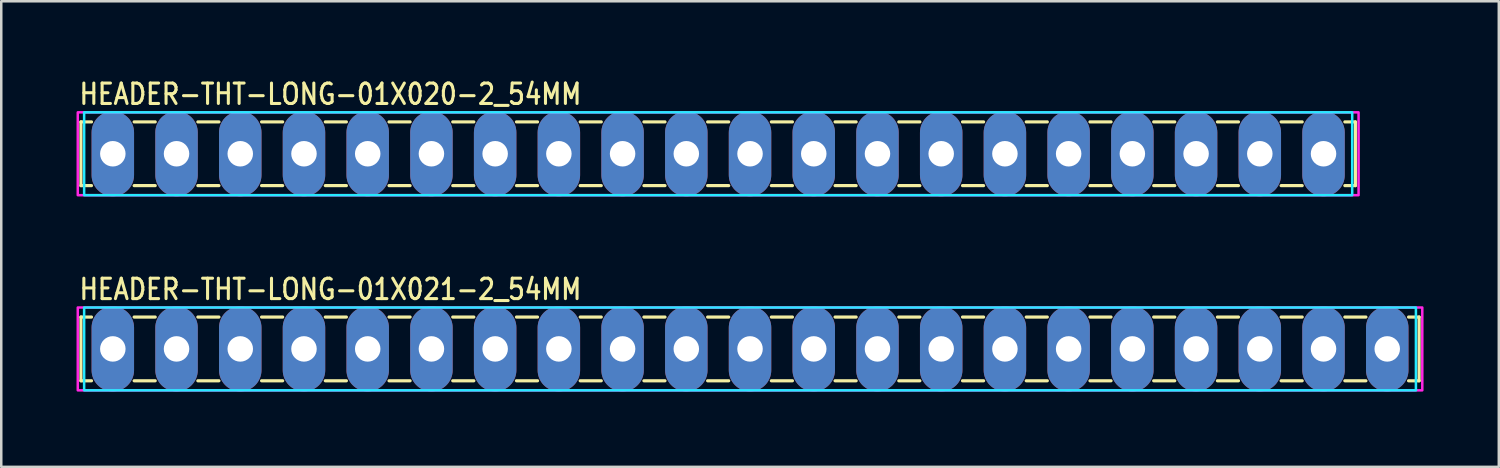
<source format=kicad_pcb>
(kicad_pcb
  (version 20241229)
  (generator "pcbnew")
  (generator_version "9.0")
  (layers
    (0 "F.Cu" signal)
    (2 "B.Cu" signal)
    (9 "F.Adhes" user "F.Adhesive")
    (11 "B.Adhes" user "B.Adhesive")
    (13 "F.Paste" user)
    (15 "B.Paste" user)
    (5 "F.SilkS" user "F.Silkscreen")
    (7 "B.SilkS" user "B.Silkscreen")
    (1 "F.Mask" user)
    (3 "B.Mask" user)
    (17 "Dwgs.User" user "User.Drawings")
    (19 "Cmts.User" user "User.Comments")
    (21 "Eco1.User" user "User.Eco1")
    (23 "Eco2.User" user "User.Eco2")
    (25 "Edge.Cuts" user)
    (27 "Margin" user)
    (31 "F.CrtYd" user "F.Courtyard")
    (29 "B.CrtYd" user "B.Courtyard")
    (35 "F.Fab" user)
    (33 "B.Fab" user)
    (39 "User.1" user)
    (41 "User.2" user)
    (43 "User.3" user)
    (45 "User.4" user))
  (footprint "HEADER-THT-LONG-01X021-2_54MM"
    (layer "F.Cu")
    (at 1.447 10.858)
    (property "Reference" "HEADER-THT-LONG-01X021-2_54MM" (at -1.4 -1.9 0) (unlocked yes) (layer "F.SilkS") (effects (font (size 0.813 0.695) (thickness 0.122)) (justify left bottom)))
    (fp_line (start -1.27 -1.27) (end -1.27 1.27) (stroke (width 0.127) (type solid)) (layer "F.SilkS"))
    (fp_line (start -1.27 1.27) (end -0.85 1.27) (stroke (width 0.127) (type solid)) (layer "F.SilkS"))
    (fp_line (start -0.85 -1.27) (end -1.27 -1.27) (stroke (width 0.127) (type solid)) (layer "F.SilkS"))
    (fp_line (start 0.85 -1.27) (end 1.69 -1.27) (stroke (width 0.127) (type solid)) (layer "F.SilkS"))
    (fp_line (start 0.85 1.27) (end 1.69 1.27) (stroke (width 0.127) (type solid)) (layer "F.SilkS"))
    (fp_line (start 3.39 -1.27) (end 4.23 -1.27) (stroke (width 0.127) (type solid)) (layer "F.SilkS"))
    (fp_line (start 3.39 1.27) (end 4.23 1.27) (stroke (width 0.127) (type solid)) (layer "F.SilkS"))
    (fp_line (start 5.93 -1.27) (end 6.77 -1.27) (stroke (width 0.127) (type solid)) (layer "F.SilkS"))
    (fp_line (start 5.93 1.27) (end 6.77 1.27) (stroke (width 0.127) (type solid)) (layer "F.SilkS"))
    (fp_line (start 8.47 -1.27) (end 9.31 -1.27) (stroke (width 0.127) (type solid)) (layer "F.SilkS"))
    (fp_line (start 8.47 1.27) (end 9.31 1.27) (stroke (width 0.127) (type solid)) (layer "F.SilkS"))
    (fp_line (start 11.01 -1.27) (end 11.85 -1.27) (stroke (width 0.127) (type solid)) (layer "F.SilkS"))
    (fp_line (start 11.01 1.27) (end 11.85 1.27) (stroke (width 0.127) (type solid)) (layer "F.SilkS"))
    (fp_line (start 13.55 -1.27) (end 14.39 -1.27) (stroke (width 0.127) (type solid)) (layer "F.SilkS"))
    (fp_line (start 13.55 1.27) (end 14.39 1.27) (stroke (width 0.127) (type solid)) (layer "F.SilkS"))
    (fp_line (start 16.09 -1.27) (end 16.93 -1.27) (stroke (width 0.127) (type solid)) (layer "F.SilkS"))
    (fp_line (start 16.09 1.27) (end 16.93 1.27) (stroke (width 0.127) (type solid)) (layer "F.SilkS"))
    (fp_line (start 18.63 -1.27) (end 19.47 -1.27) (stroke (width 0.127) (type solid)) (layer "F.SilkS"))
    (fp_line (start 18.63 1.27) (end 19.47 1.27) (stroke (width 0.127) (type solid)) (layer "F.SilkS"))
    (fp_line (start 21.17 -1.27) (end 22.01 -1.27) (stroke (width 0.127) (type solid)) (layer "F.SilkS"))
    (fp_line (start 21.17 1.27) (end 22.01 1.27) (stroke (width 0.127) (type solid)) (layer "F.SilkS"))
    (fp_line (start 23.71 -1.27) (end 24.55 -1.27) (stroke (width 0.127) (type solid)) (layer "F.SilkS"))
    (fp_line (start 23.71 1.27) (end 24.55 1.27) (stroke (width 0.127) (type solid)) (layer "F.SilkS"))
    (fp_line (start 26.25 -1.27) (end 27.09 -1.27) (stroke (width 0.127) (type solid)) (layer "F.SilkS"))
    (fp_line (start 26.25 1.27) (end 27.09 1.27) (stroke (width 0.127) (type solid)) (layer "F.SilkS"))
    (fp_line (start 28.79 -1.27) (end 29.63 -1.27) (stroke (width 0.127) (type solid)) (layer "F.SilkS"))
    (fp_line (start 28.79 1.27) (end 29.63 1.27) (stroke (width 0.127) (type solid)) (layer "F.SilkS"))
    (fp_line (start 31.33 -1.27) (end 32.17 -1.27) (stroke (width 0.127) (type solid)) (layer "F.SilkS"))
    (fp_line (start 31.33 1.27) (end 32.17 1.27) (stroke (width 0.127) (type solid)) (layer "F.SilkS"))
    (fp_line (start 33.87 -1.27) (end 34.71 -1.27) (stroke (width 0.127) (type solid)) (layer "F.SilkS"))
    (fp_line (start 33.87 1.27) (end 34.71 1.27) (stroke (width 0.127) (type solid)) (layer "F.SilkS"))
    (fp_line (start 36.41 -1.27) (end 37.25 -1.27) (stroke (width 0.127) (type solid)) (layer "F.SilkS"))
    (fp_line (start 36.41 1.27) (end 37.25 1.27) (stroke (width 0.127) (type solid)) (layer "F.SilkS"))
    (fp_line (start 38.95 -1.27) (end 39.79 -1.27) (stroke (width 0.127) (type solid)) (layer "F.SilkS"))
    (fp_line (start 38.95 1.27) (end 39.79 1.27) (stroke (width 0.127) (type solid)) (layer "F.SilkS"))
    (fp_line (start 41.49 -1.27) (end 42.33 -1.27) (stroke (width 0.127) (type solid)) (layer "F.SilkS"))
    (fp_line (start 41.49 1.27) (end 42.33 1.27) (stroke (width 0.127) (type solid)) (layer "F.SilkS"))
    (fp_line (start 44.03 -1.27) (end 44.87 -1.27) (stroke (width 0.127) (type solid)) (layer "F.SilkS"))
    (fp_line (start 44.03 1.27) (end 44.87 1.27) (stroke (width 0.127) (type solid)) (layer "F.SilkS"))
    (fp_line (start 46.57 -1.27) (end 47.41 -1.27) (stroke (width 0.127) (type solid)) (layer "F.SilkS"))
    (fp_line (start 46.57 1.27) (end 47.41 1.27) (stroke (width 0.127) (type solid)) (layer "F.SilkS"))
    (fp_line (start 49.11 -1.27) (end 49.95 -1.27) (stroke (width 0.127) (type solid)) (layer "F.SilkS"))
    (fp_line (start 49.11 1.27) (end 49.95 1.27) (stroke (width 0.127) (type solid)) (layer "F.SilkS"))
    (fp_line (start 51.65 -1.27) (end 52.07 -1.27) (stroke (width 0.127) (type solid)) (layer "F.SilkS"))
    (fp_line (start 52.07 -1.27) (end 52.07 1.27) (stroke (width 0.127) (type solid)) (layer "F.SilkS"))
    (fp_line (start 52.07 1.27) (end 51.65 1.27) (stroke (width 0.127) (type solid)) (layer "F.SilkS"))
    (fp_poly (pts (xy -1.143 -1.651) (xy 51.943 -1.651) (xy 51.943 1.651) (xy -1.143 1.651)) (stroke (width 0.1) (type solid)) (fill no) (layer "B.CrtYd"))
    (fp_poly (pts (xy -1.397 -1.651) (xy 52.197 -1.651) (xy 52.197 1.651) (xy -1.397 1.651)) (stroke (width 0.1) (type solid)) (fill no) (layer "F.CrtYd"))
    (pad "1" thru_hole oval (at 0 0 90) (size 3.387 1.693) (drill 1.016) (layers "*.Cu" "*.Mask"))
    (pad "2" thru_hole oval (at 2.54 0 90) (size 3.387 1.693) (drill 1.016) (layers "*.Cu" "*.Mask"))
    (pad "3" thru_hole oval (at 5.08 0 90) (size 3.387 1.693) (drill 1.016) (layers "*.Cu" "*.Mask"))
    (pad "4" thru_hole oval (at 7.62 0 90) (size 3.387 1.693) (drill 1.016) (layers "*.Cu" "*.Mask"))
    (pad "5" thru_hole oval (at 10.16 0 90) (size 3.387 1.693) (drill 1.016) (layers "*.Cu" "*.Mask"))
    (pad "6" thru_hole oval (at 12.7 0 90) (size 3.387 1.693) (drill 1.016) (layers "*.Cu" "*.Mask"))
    (pad "7" thru_hole oval (at 15.24 0 90) (size 3.387 1.693) (drill 1.016) (layers "*.Cu" "*.Mask"))
    (pad "8" thru_hole oval (at 17.78 0 90) (size 3.387 1.693) (drill 1.016) (layers "*.Cu" "*.Mask"))
    (pad "9" thru_hole oval (at 20.32 0 90) (size 3.387 1.693) (drill 1.016) (layers "*.Cu" "*.Mask"))
    (pad "10" thru_hole oval (at 22.86 0 90) (size 3.387 1.693) (drill 1.016) (layers "*.Cu" "*.Mask"))
    (pad "11" thru_hole oval (at 25.4 0 90) (size 3.387 1.693) (drill 1.016) (layers "*.Cu" "*.Mask"))
    (pad "12" thru_hole oval (at 27.94 0 90) (size 3.387 1.693) (drill 1.016) (layers "*.Cu" "*.Mask"))
    (pad "13" thru_hole oval (at 30.48 0 90) (size 3.387 1.693) (drill 1.016) (layers "*.Cu" "*.Mask"))
    (pad "14" thru_hole oval (at 33.02 0 90) (size 3.387 1.693) (drill 1.016) (layers "*.Cu" "*.Mask"))
    (pad "15" thru_hole oval (at 35.56 0 90) (size 3.387 1.693) (drill 1.016) (layers "*.Cu" "*.Mask"))
    (pad "16" thru_hole oval (at 38.1 0 90) (size 3.387 1.693) (drill 1.016) (layers "*.Cu" "*.Mask"))
    (pad "17" thru_hole oval (at 40.64 0 90) (size 3.387 1.693) (drill 1.016) (layers "*.Cu" "*.Mask"))
    (pad "18" thru_hole oval (at 43.18 0 90) (size 3.387 1.693) (drill 1.016) (layers "*.Cu" "*.Mask"))
    (pad "19" thru_hole oval (at 45.72 0 90) (size 3.387 1.693) (drill 1.016) (layers "*.Cu" "*.Mask"))
    (pad "20" thru_hole oval (at 48.26 0 90) (size 3.387 1.693) (drill 1.016) (layers "*.Cu" "*.Mask"))
    (pad "21" thru_hole oval (at 50.8 0 90) (size 3.387 1.693) (drill 1.016) (layers "*.Cu" "*.Mask")))
  (footprint "HEADER-THT-LONG-01X020-2_54MM"
    (layer "F.Cu")
    (at 1.447 3.079)
    (property "Reference" "HEADER-THT-LONG-01X020-2_54MM" (at -1.4 -1.9 0) (unlocked yes) (layer "F.SilkS") (effects (font (size 0.813 0.695) (thickness 0.122)) (justify left bottom)))
    (fp_line (start -1.27 -1.27) (end -1.27 1.27) (stroke (width 0.127) (type solid)) (layer "F.SilkS"))
    (fp_line (start -1.27 1.27) (end -0.85 1.27) (stroke (width 0.127) (type solid)) (layer "F.SilkS"))
    (fp_line (start -0.85 -1.27) (end -1.27 -1.27) (stroke (width 0.127) (type solid)) (layer "F.SilkS"))
    (fp_line (start 0.85 -1.27) (end 1.69 -1.27) (stroke (width 0.127) (type solid)) (layer "F.SilkS"))
    (fp_line (start 0.85 1.27) (end 1.69 1.27) (stroke (width 0.127) (type solid)) (layer "F.SilkS"))
    (fp_line (start 3.39 -1.27) (end 4.23 -1.27) (stroke (width 0.127) (type solid)) (layer "F.SilkS"))
    (fp_line (start 3.39 1.27) (end 4.23 1.27) (stroke (width 0.127) (type solid)) (layer "F.SilkS"))
    (fp_line (start 5.93 -1.27) (end 6.77 -1.27) (stroke (width 0.127) (type solid)) (layer "F.SilkS"))
    (fp_line (start 5.93 1.27) (end 6.77 1.27) (stroke (width 0.127) (type solid)) (layer "F.SilkS"))
    (fp_line (start 8.47 -1.27) (end 9.31 -1.27) (stroke (width 0.127) (type solid)) (layer "F.SilkS"))
    (fp_line (start 8.47 1.27) (end 9.31 1.27) (stroke (width 0.127) (type solid)) (layer "F.SilkS"))
    (fp_line (start 11.01 -1.27) (end 11.85 -1.27) (stroke (width 0.127) (type solid)) (layer "F.SilkS"))
    (fp_line (start 11.01 1.27) (end 11.85 1.27) (stroke (width 0.127) (type solid)) (layer "F.SilkS"))
    (fp_line (start 13.55 -1.27) (end 14.39 -1.27) (stroke (width 0.127) (type solid)) (layer "F.SilkS"))
    (fp_line (start 13.55 1.27) (end 14.39 1.27) (stroke (width 0.127) (type solid)) (layer "F.SilkS"))
    (fp_line (start 16.09 -1.27) (end 16.93 -1.27) (stroke (width 0.127) (type solid)) (layer "F.SilkS"))
    (fp_line (start 16.09 1.27) (end 16.93 1.27) (stroke (width 0.127) (type solid)) (layer "F.SilkS"))
    (fp_line (start 18.63 -1.27) (end 19.47 -1.27) (stroke (width 0.127) (type solid)) (layer "F.SilkS"))
    (fp_line (start 18.63 1.27) (end 19.47 1.27) (stroke (width 0.127) (type solid)) (layer "F.SilkS"))
    (fp_line (start 21.17 -1.27) (end 22.01 -1.27) (stroke (width 0.127) (type solid)) (layer "F.SilkS"))
    (fp_line (start 21.17 1.27) (end 22.01 1.27) (stroke (width 0.127) (type solid)) (layer "F.SilkS"))
    (fp_line (start 23.71 -1.27) (end 24.55 -1.27) (stroke (width 0.127) (type solid)) (layer "F.SilkS"))
    (fp_line (start 23.71 1.27) (end 24.55 1.27) (stroke (width 0.127) (type solid)) (layer "F.SilkS"))
    (fp_line (start 26.25 -1.27) (end 27.09 -1.27) (stroke (width 0.127) (type solid)) (layer "F.SilkS"))
    (fp_line (start 26.25 1.27) (end 27.09 1.27) (stroke (width 0.127) (type solid)) (layer "F.SilkS"))
    (fp_line (start 28.79 -1.27) (end 29.63 -1.27) (stroke (width 0.127) (type solid)) (layer "F.SilkS"))
    (fp_line (start 28.79 1.27) (end 29.63 1.27) (stroke (width 0.127) (type solid)) (layer "F.SilkS"))
    (fp_line (start 31.33 -1.27) (end 32.17 -1.27) (stroke (width 0.127) (type solid)) (layer "F.SilkS"))
    (fp_line (start 31.33 1.27) (end 32.17 1.27) (stroke (width 0.127) (type solid)) (layer "F.SilkS"))
    (fp_line (start 33.87 -1.27) (end 34.71 -1.27) (stroke (width 0.127) (type solid)) (layer "F.SilkS"))
    (fp_line (start 33.87 1.27) (end 34.71 1.27) (stroke (width 0.127) (type solid)) (layer "F.SilkS"))
    (fp_line (start 36.41 -1.27) (end 37.25 -1.27) (stroke (width 0.127) (type solid)) (layer "F.SilkS"))
    (fp_line (start 36.41 1.27) (end 37.25 1.27) (stroke (width 0.127) (type solid)) (layer "F.SilkS"))
    (fp_line (start 38.95 -1.27) (end 39.79 -1.27) (stroke (width 0.127) (type solid)) (layer "F.SilkS"))
    (fp_line (start 38.95 1.27) (end 39.79 1.27) (stroke (width 0.127) (type solid)) (layer "F.SilkS"))
    (fp_line (start 41.49 -1.27) (end 42.33 -1.27) (stroke (width 0.127) (type solid)) (layer "F.SilkS"))
    (fp_line (start 41.49 1.27) (end 42.33 1.27) (stroke (width 0.127) (type solid)) (layer "F.SilkS"))
    (fp_line (start 44.03 -1.27) (end 44.87 -1.27) (stroke (width 0.127) (type solid)) (layer "F.SilkS"))
    (fp_line (start 44.03 1.27) (end 44.87 1.27) (stroke (width 0.127) (type solid)) (layer "F.SilkS"))
    (fp_line (start 46.57 -1.27) (end 47.41 -1.27) (stroke (width 0.127) (type solid)) (layer "F.SilkS"))
    (fp_line (start 46.57 1.27) (end 47.41 1.27) (stroke (width 0.127) (type solid)) (layer "F.SilkS"))
    (fp_line (start 49.11 -1.27) (end 49.53 -1.27) (stroke (width 0.127) (type solid)) (layer "F.SilkS"))
    (fp_line (start 49.53 -1.27) (end 49.53 1.27) (stroke (width 0.127) (type solid)) (layer "F.SilkS"))
    (fp_line (start 49.53 1.27) (end 49.11 1.27) (stroke (width 0.127) (type solid)) (layer "F.SilkS"))
    (fp_poly (pts (xy -1.143 -1.651) (xy 49.403 -1.651) (xy 49.403 1.651) (xy -1.143 1.651)) (stroke (width 0.1) (type solid)) (fill no) (layer "B.CrtYd"))
    (fp_poly (pts (xy -1.397 -1.651) (xy 49.657 -1.651) (xy 49.657 1.651) (xy -1.397 1.651)) (stroke (width 0.1) (type solid)) (fill no) (layer "F.CrtYd"))
    (pad "1" thru_hole oval (at 0 0 90) (size 3.387 1.693) (drill 1.016) (layers "*.Cu" "*.Mask"))
    (pad "2" thru_hole oval (at 2.54 0 90) (size 3.387 1.693) (drill 1.016) (layers "*.Cu" "*.Mask"))
    (pad "3" thru_hole oval (at 5.08 0 90) (size 3.387 1.693) (drill 1.016) (layers "*.Cu" "*.Mask"))
    (pad "4" thru_hole oval (at 7.62 0 90) (size 3.387 1.693) (drill 1.016) (layers "*.Cu" "*.Mask"))
    (pad "5" thru_hole oval (at 10.16 0 90) (size 3.387 1.693) (drill 1.016) (layers "*.Cu" "*.Mask"))
    (pad "6" thru_hole oval (at 12.7 0 90) (size 3.387 1.693) (drill 1.016) (layers "*.Cu" "*.Mask"))
    (pad "7" thru_hole oval (at 15.24 0 90) (size 3.387 1.693) (drill 1.016) (layers "*.Cu" "*.Mask"))
    (pad "8" thru_hole oval (at 17.78 0 90) (size 3.387 1.693) (drill 1.016) (layers "*.Cu" "*.Mask"))
    (pad "9" thru_hole oval (at 20.32 0 90) (size 3.387 1.693) (drill 1.016) (layers "*.Cu" "*.Mask"))
    (pad "10" thru_hole oval (at 22.86 0 90) (size 3.387 1.693) (drill 1.016) (layers "*.Cu" "*.Mask"))
    (pad "11" thru_hole oval (at 25.4 0 90) (size 3.387 1.693) (drill 1.016) (layers "*.Cu" "*.Mask"))
    (pad "12" thru_hole oval (at 27.94 0 90) (size 3.387 1.693) (drill 1.016) (layers "*.Cu" "*.Mask"))
    (pad "13" thru_hole oval (at 30.48 0 90) (size 3.387 1.693) (drill 1.016) (layers "*.Cu" "*.Mask"))
    (pad "14" thru_hole oval (at 33.02 0 90) (size 3.387 1.693) (drill 1.016) (layers "*.Cu" "*.Mask"))
    (pad "15" thru_hole oval (at 35.56 0 90) (size 3.387 1.693) (drill 1.016) (layers "*.Cu" "*.Mask"))
    (pad "16" thru_hole oval (at 38.1 0 90) (size 3.387 1.693) (drill 1.016) (layers "*.Cu" "*.Mask"))
    (pad "17" thru_hole oval (at 40.64 0 90) (size 3.387 1.693) (drill 1.016) (layers "*.Cu" "*.Mask"))
    (pad "18" thru_hole oval (at 43.18 0 90) (size 3.387 1.693) (drill 1.016) (layers "*.Cu" "*.Mask"))
    (pad "19" thru_hole oval (at 45.72 0 90) (size 3.387 1.693) (drill 1.016) (layers "*.Cu" "*.Mask"))
    (pad "20" thru_hole oval (at 48.26 0 90) (size 3.387 1.693) (drill 1.016) (layers "*.Cu" "*.Mask")))
  (gr_rect
    (start -3 -3)
    (end 56.694 15.559)
    (stroke (width 0.1) (type default))
    (fill no)
    (layer "Edge.Cuts")))
</source>
